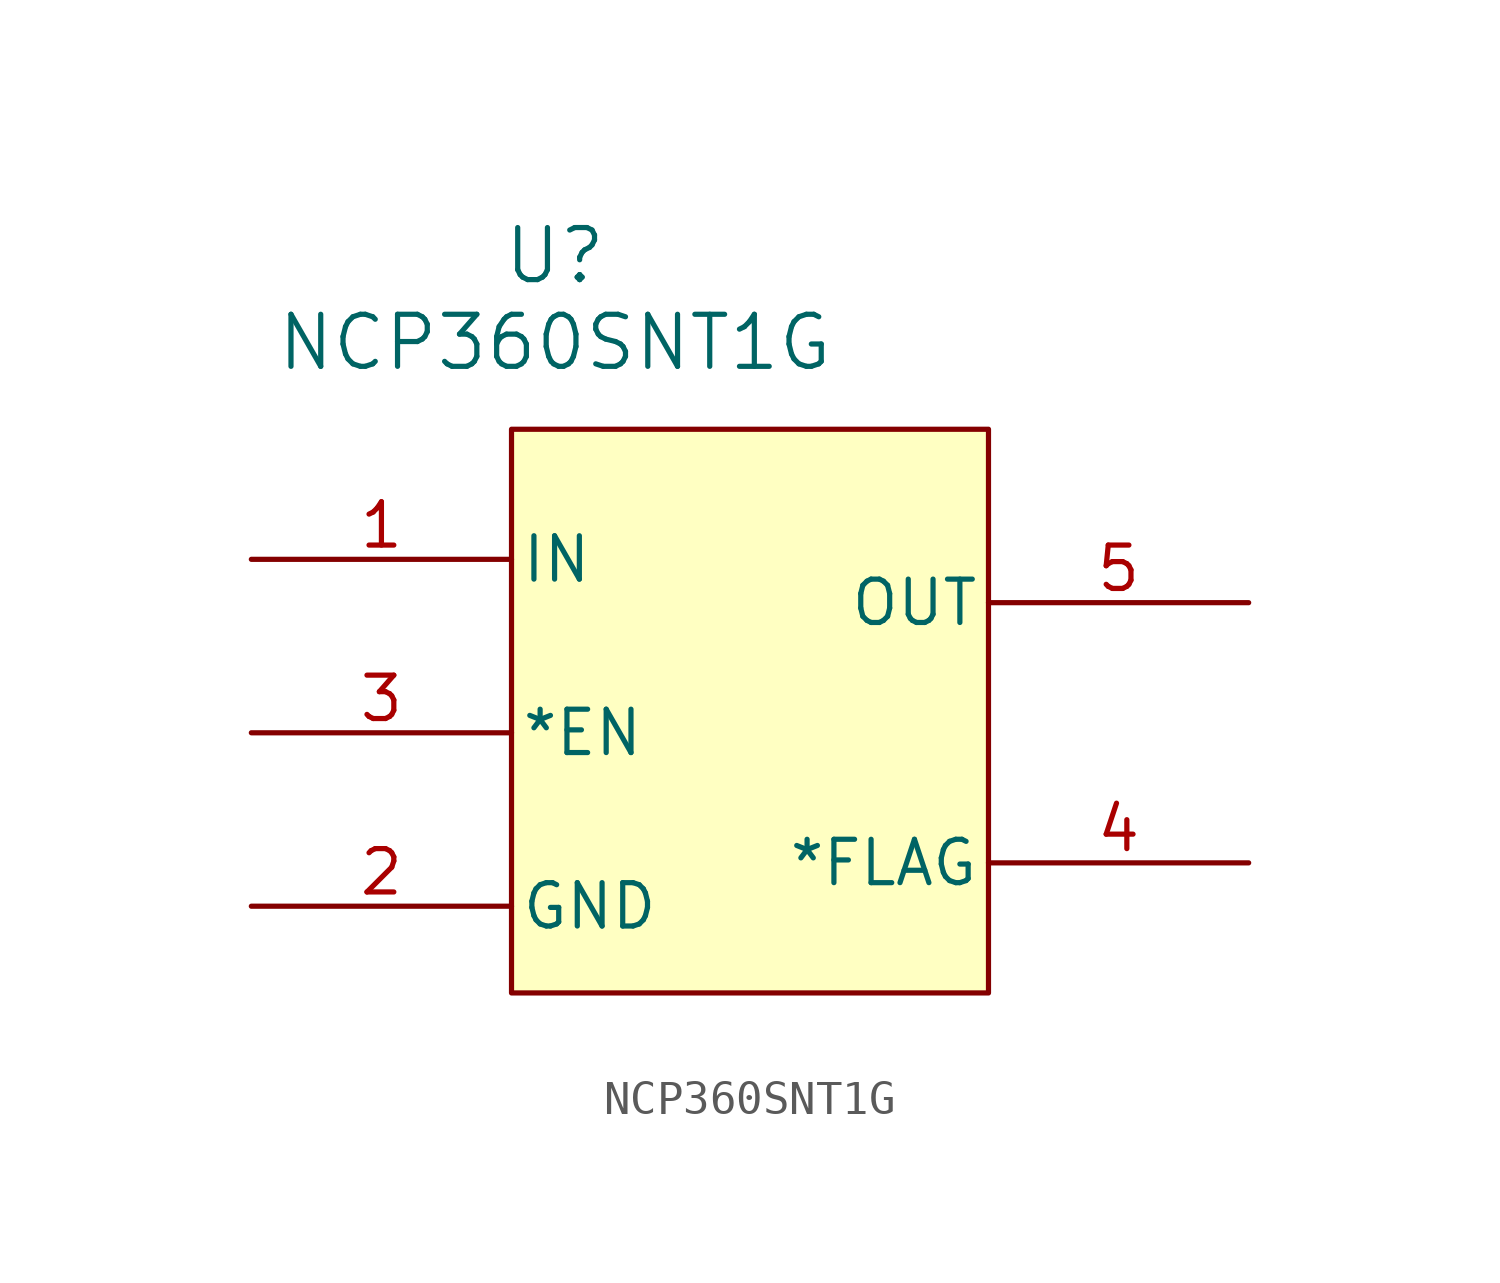
<source format=kicad_sym>
(kicad_symbol_lib
  (version 20220914)
  (generator kicad_symbol_editor)
  (symbol "NCP360SNT1G"
    (pin_names
      (offset 0.254))
    (property "Reference" "U"
      (at 20.32 10.16 0)
      (effects (font (size 1.524 1.524))))
    (property "Value" "NCP360SNT1G"
      (at 20.32 7.62 0)
      (effects (font (size 1.524 1.524))))
    (property "ki_locked" ""
      (at 0 0 0)
      (effects (font (size 1.27 1.27))))
    (symbol "NCP360SNT1G_0_1"
      (pin input line (at 11.43 1.27 0) (length 7.62) (name "IN" (effects (font (size 1.27 1.27)))) (number "1" (effects (font (size 1.27 1.27)))))
      (pin power_in line (at 11.43 -8.89 0) (length 7.62) (name "GND" (effects (font (size 1.27 1.27)))) (number "2" (effects (font (size 1.27 1.27)))))
      (pin input line (at 11.43 -3.81 0) (length 7.62) (name "*EN" (effects (font (size 1.27 1.27)))) (number "3" (effects (font (size 1.27 1.27)))))
      (pin output line (at 40.64 -7.62 180) (length 7.62) (name "*FLAG" (effects (font (size 1.27 1.27)))) (number "4" (effects (font (size 1.27 1.27)))))
      (pin output line (at 40.64 0 180) (length 7.62) (name "OUT" (effects (font (size 1.27 1.27)))) (number "5" (effects (font (size 1.27 1.27))))))
    (symbol "NCP360SNT1G_1_1"
      (rectangle (start 19.05 5.08) (end 33.02 -11.43) (stroke (width 0) (type default)) (fill (type background))))))
</source>
